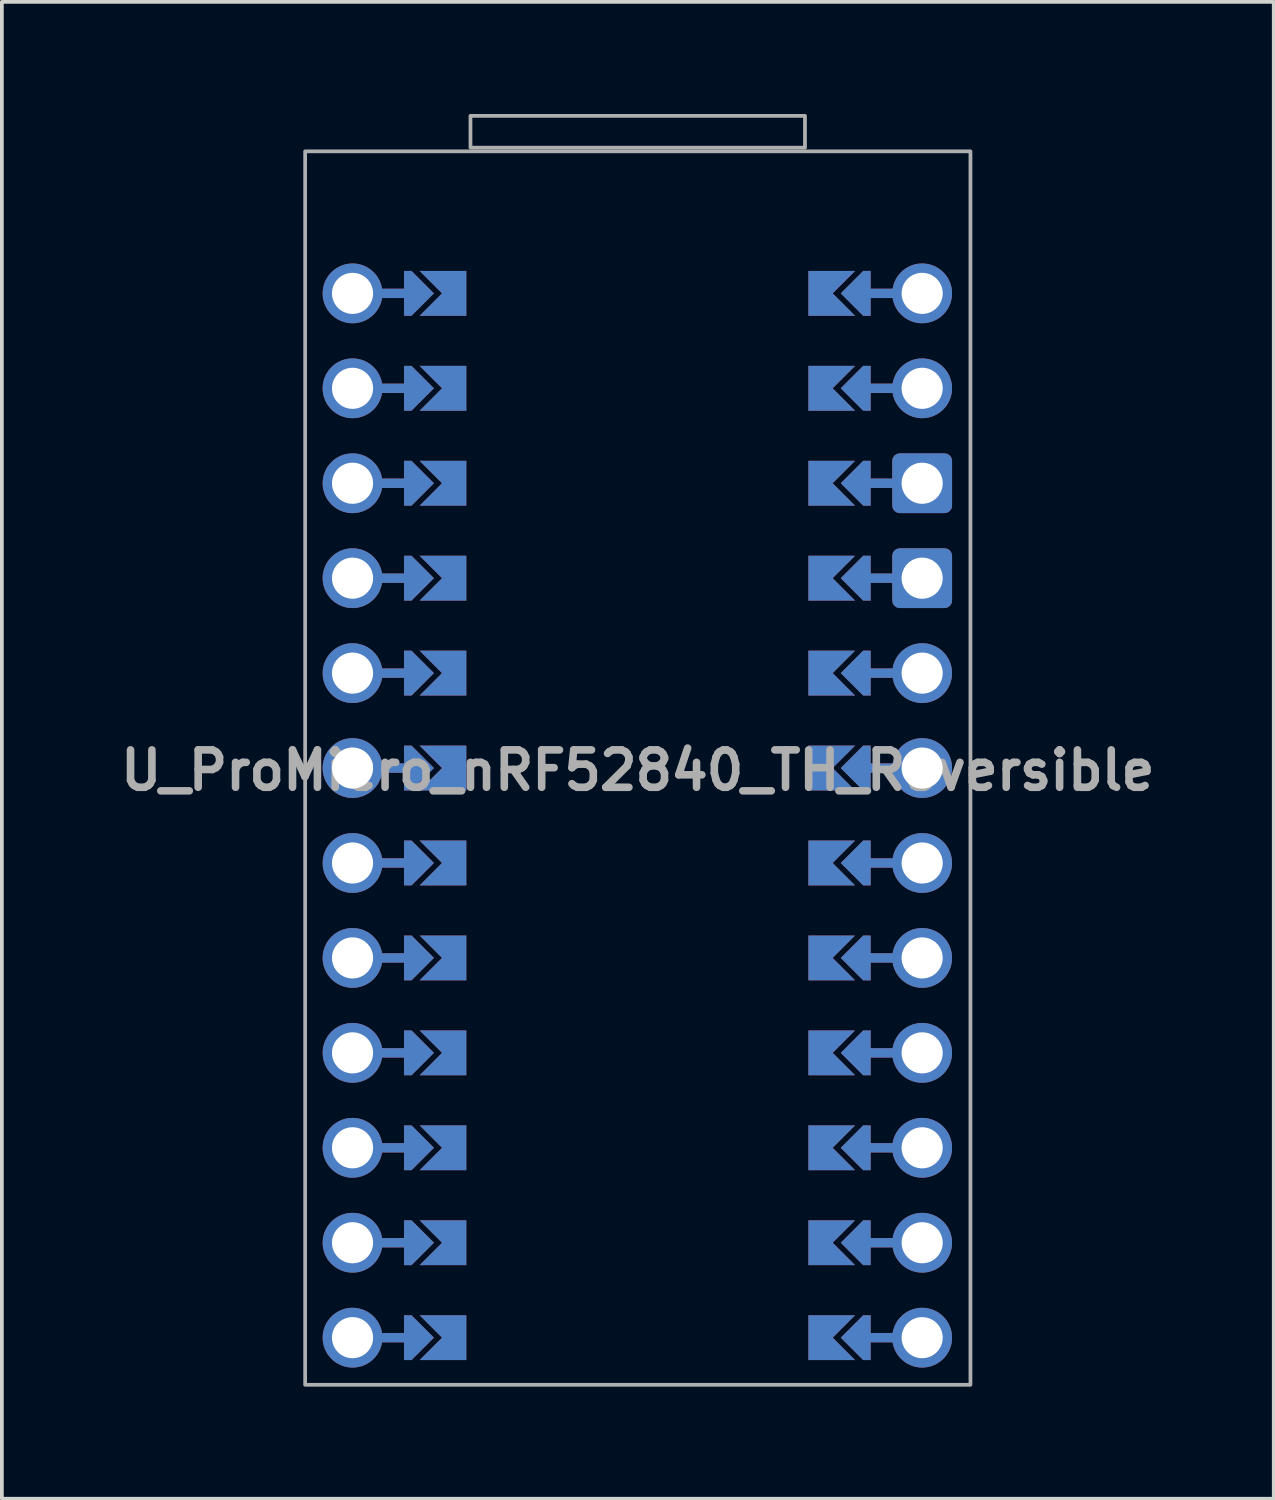
<source format=kicad_pcb>
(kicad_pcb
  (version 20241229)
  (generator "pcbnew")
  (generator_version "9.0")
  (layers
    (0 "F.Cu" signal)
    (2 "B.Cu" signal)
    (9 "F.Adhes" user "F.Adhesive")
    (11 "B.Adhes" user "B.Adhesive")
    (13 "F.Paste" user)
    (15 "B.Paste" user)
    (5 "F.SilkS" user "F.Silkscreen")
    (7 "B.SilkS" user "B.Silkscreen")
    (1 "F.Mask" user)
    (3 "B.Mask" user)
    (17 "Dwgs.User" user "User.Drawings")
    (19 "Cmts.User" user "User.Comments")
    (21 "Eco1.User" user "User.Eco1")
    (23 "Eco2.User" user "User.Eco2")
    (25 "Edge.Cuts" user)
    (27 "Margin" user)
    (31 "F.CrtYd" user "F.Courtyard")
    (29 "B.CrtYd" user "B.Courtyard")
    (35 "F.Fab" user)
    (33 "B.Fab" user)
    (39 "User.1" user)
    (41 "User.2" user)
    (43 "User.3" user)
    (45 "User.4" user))
  (footprint "U_ProMicro_nRF52840_TH_Reversible"
    (layer "F.Cu")
    (at 14.014 17.281)
    (property "Reference" "U_ProMicro_nRF52840_TH_Reversible" (at 0 0.28 0) (layer "F.Fab") (effects (font (size 1 1) (thickness 0.203))))
    (attr through_hole)
    (fp_poly (pts (xy -5.092 -11.974) (xy -5.092 -12.99) (xy -6.108 -12.99) (xy -6.108 -11.974)) (stroke (width 0.1) (type solid)) (fill yes) (layer "F.Mask"))
    (fp_poly (pts (xy -5.092 -9.434) (xy -5.092 -10.45) (xy -6.108 -10.45) (xy -6.108 -9.434)) (stroke (width 0.1) (type solid)) (fill yes) (layer "F.Mask"))
    (fp_poly (pts (xy -5.092 -6.894) (xy -5.092 -7.91) (xy -6.108 -7.91) (xy -6.108 -6.894)) (stroke (width 0.1) (type solid)) (fill yes) (layer "F.Mask"))
    (fp_poly (pts (xy -5.092 -4.354) (xy -5.092 -5.37) (xy -6.108 -5.37) (xy -6.108 -4.354)) (stroke (width 0.1) (type solid)) (fill yes) (layer "F.Mask"))
    (fp_poly (pts (xy -5.092 -1.814) (xy -5.092 -2.83) (xy -6.108 -2.83) (xy -6.108 -1.814)) (stroke (width 0.1) (type solid)) (fill yes) (layer "F.Mask"))
    (fp_poly (pts (xy -5.092 0.726) (xy -5.092 -0.29) (xy -6.108 -0.29) (xy -6.108 0.726)) (stroke (width 0.1) (type solid)) (fill yes) (layer "F.Mask"))
    (fp_poly (pts (xy -5.092 3.266) (xy -5.092 2.25) (xy -6.108 2.25) (xy -6.108 3.266)) (stroke (width 0.1) (type solid)) (fill yes) (layer "F.Mask"))
    (fp_poly (pts (xy -5.092 5.806) (xy -5.092 4.79) (xy -6.108 4.79) (xy -6.108 5.806)) (stroke (width 0.1) (type solid)) (fill yes) (layer "F.Mask"))
    (fp_poly (pts (xy -5.092 8.346) (xy -5.092 7.33) (xy -6.108 7.33) (xy -6.108 8.346)) (stroke (width 0.1) (type solid)) (fill yes) (layer "F.Mask"))
    (fp_poly (pts (xy -5.092 10.886) (xy -5.092 9.87) (xy -6.108 9.87) (xy -6.108 10.886)) (stroke (width 0.1) (type solid)) (fill yes) (layer "F.Mask"))
    (fp_poly (pts (xy -5.092 13.426) (xy -5.092 12.41) (xy -6.108 12.41) (xy -6.108 13.426)) (stroke (width 0.1) (type solid)) (fill yes) (layer "F.Mask"))
    (fp_poly (pts (xy -5.092 15.966) (xy -5.092 14.95) (xy -6.108 14.95) (xy -6.108 15.966)) (stroke (width 0.1) (type solid)) (fill yes) (layer "F.Mask"))
    (fp_poly (pts (xy 5.068 -12.99) (xy 5.068 -11.974) (xy 6.084 -11.974) (xy 6.084 -12.99)) (stroke (width 0.1) (type solid)) (fill yes) (layer "F.Mask"))
    (fp_poly (pts (xy 5.068 -10.45) (xy 5.068 -9.434) (xy 6.084 -9.434) (xy 6.084 -10.45)) (stroke (width 0.1) (type solid)) (fill yes) (layer "F.Mask"))
    (fp_poly (pts (xy 5.068 -7.91) (xy 5.068 -6.894) (xy 6.084 -6.894) (xy 6.084 -7.91)) (stroke (width 0.1) (type solid)) (fill yes) (layer "F.Mask"))
    (fp_poly (pts (xy 5.068 -5.37) (xy 5.068 -4.354) (xy 6.084 -4.354) (xy 6.084 -5.37)) (stroke (width 0.1) (type solid)) (fill yes) (layer "F.Mask"))
    (fp_poly (pts (xy 5.068 -2.83) (xy 5.068 -1.814) (xy 6.084 -1.814) (xy 6.084 -2.83)) (stroke (width 0.1) (type solid)) (fill yes) (layer "F.Mask"))
    (fp_poly (pts (xy 5.068 -0.29) (xy 5.068 0.726) (xy 6.084 0.726) (xy 6.084 -0.29)) (stroke (width 0.1) (type solid)) (fill yes) (layer "F.Mask"))
    (fp_poly (pts (xy 5.068 2.25) (xy 5.068 3.266) (xy 6.084 3.266) (xy 6.084 2.25)) (stroke (width 0.1) (type solid)) (fill yes) (layer "F.Mask"))
    (fp_poly (pts (xy 5.068 4.79) (xy 5.068 5.806) (xy 6.084 5.806) (xy 6.084 4.79)) (stroke (width 0.1) (type solid)) (fill yes) (layer "F.Mask"))
    (fp_poly (pts (xy 5.068 7.33) (xy 5.068 8.346) (xy 6.084 8.346) (xy 6.084 7.33)) (stroke (width 0.1) (type solid)) (fill yes) (layer "F.Mask"))
    (fp_poly (pts (xy 5.068 9.87) (xy 5.068 10.886) (xy 6.084 10.886) (xy 6.084 9.87)) (stroke (width 0.1) (type solid)) (fill yes) (layer "F.Mask"))
    (fp_poly (pts (xy 5.068 12.41) (xy 5.068 13.426) (xy 6.084 13.426) (xy 6.084 12.41)) (stroke (width 0.1) (type solid)) (fill yes) (layer "F.Mask"))
    (fp_poly (pts (xy 5.068 14.95) (xy 5.068 15.966) (xy 6.084 15.966) (xy 6.084 14.95)) (stroke (width 0.1) (type solid)) (fill yes) (layer "F.Mask"))
    (fp_poly (pts (xy -5.092 -11.974) (xy -5.092 -12.99) (xy -6.108 -12.99) (xy -6.108 -11.974)) (stroke (width 0.1) (type solid)) (fill yes) (layer "B.Mask"))
    (fp_poly (pts (xy -5.092 -9.434) (xy -5.092 -10.45) (xy -6.108 -10.45) (xy -6.108 -9.434)) (stroke (width 0.1) (type solid)) (fill yes) (layer "B.Mask"))
    (fp_poly (pts (xy -5.092 -6.894) (xy -5.092 -7.91) (xy -6.108 -7.91) (xy -6.108 -6.894)) (stroke (width 0.1) (type solid)) (fill yes) (layer "B.Mask"))
    (fp_poly (pts (xy -5.092 -4.354) (xy -5.092 -5.37) (xy -6.108 -5.37) (xy -6.108 -4.354)) (stroke (width 0.1) (type solid)) (fill yes) (layer "B.Mask"))
    (fp_poly (pts (xy -5.092 -1.814) (xy -5.092 -2.83) (xy -6.108 -2.83) (xy -6.108 -1.814)) (stroke (width 0.1) (type solid)) (fill yes) (layer "B.Mask"))
    (fp_poly (pts (xy -5.092 0.726) (xy -5.092 -0.29) (xy -6.108 -0.29) (xy -6.108 0.726)) (stroke (width 0.1) (type solid)) (fill yes) (layer "B.Mask"))
    (fp_poly (pts (xy -5.092 3.266) (xy -5.092 2.25) (xy -6.108 2.25) (xy -6.108 3.266)) (stroke (width 0.1) (type solid)) (fill yes) (layer "B.Mask"))
    (fp_poly (pts (xy -5.092 5.806) (xy -5.092 4.79) (xy -6.108 4.79) (xy -6.108 5.806)) (stroke (width 0.1) (type solid)) (fill yes) (layer "B.Mask"))
    (fp_poly (pts (xy -5.092 8.346) (xy -5.092 7.33) (xy -6.108 7.33) (xy -6.108 8.346)) (stroke (width 0.1) (type solid)) (fill yes) (layer "B.Mask"))
    (fp_poly (pts (xy -5.092 10.886) (xy -5.092 9.87) (xy -6.108 9.87) (xy -6.108 10.886)) (stroke (width 0.1) (type solid)) (fill yes) (layer "B.Mask"))
    (fp_poly (pts (xy -5.092 13.426) (xy -5.092 12.41) (xy -6.108 12.41) (xy -6.108 13.426)) (stroke (width 0.1) (type solid)) (fill yes) (layer "B.Mask"))
    (fp_poly (pts (xy -5.092 15.966) (xy -5.092 14.95) (xy -6.108 14.95) (xy -6.108 15.966)) (stroke (width 0.1) (type solid)) (fill yes) (layer "B.Mask"))
    (fp_poly (pts (xy 5.068 -12.99) (xy 5.068 -11.974) (xy 6.084 -11.974) (xy 6.084 -12.99)) (stroke (width 0.1) (type solid)) (fill yes) (layer "B.Mask"))
    (fp_poly (pts (xy 5.068 -10.45) (xy 5.068 -9.434) (xy 6.084 -9.434) (xy 6.084 -10.45)) (stroke (width 0.1) (type solid)) (fill yes) (layer "B.Mask"))
    (fp_poly (pts (xy 5.068 -7.91) (xy 5.068 -6.894) (xy 6.084 -6.894) (xy 6.084 -7.91)) (stroke (width 0.1) (type solid)) (fill yes) (layer "B.Mask"))
    (fp_poly (pts (xy 5.068 -5.37) (xy 5.068 -4.354) (xy 6.084 -4.354) (xy 6.084 -5.37)) (stroke (width 0.1) (type solid)) (fill yes) (layer "B.Mask"))
    (fp_poly (pts (xy 5.068 -2.83) (xy 5.068 -1.814) (xy 6.084 -1.814) (xy 6.084 -2.83)) (stroke (width 0.1) (type solid)) (fill yes) (layer "B.Mask"))
    (fp_poly (pts (xy 5.068 -0.29) (xy 5.068 0.726) (xy 6.084 0.726) (xy 6.084 -0.29)) (stroke (width 0.1) (type solid)) (fill yes) (layer "B.Mask"))
    (fp_poly (pts (xy 5.068 2.25) (xy 5.068 3.266) (xy 6.084 3.266) (xy 6.084 2.25)) (stroke (width 0.1) (type solid)) (fill yes) (layer "B.Mask"))
    (fp_poly (pts (xy 5.068 4.79) (xy 5.068 5.806) (xy 6.084 5.806) (xy 6.084 4.79)) (stroke (width 0.1) (type solid)) (fill yes) (layer "B.Mask"))
    (fp_poly (pts (xy 5.068 7.33) (xy 5.068 8.346) (xy 6.084 8.346) (xy 6.084 7.33)) (stroke (width 0.1) (type solid)) (fill yes) (layer "B.Mask"))
    (fp_poly (pts (xy 5.068 9.87) (xy 5.068 10.886) (xy 6.084 10.886) (xy 6.084 9.87)) (stroke (width 0.1) (type solid)) (fill yes) (layer "B.Mask"))
    (fp_poly (pts (xy 5.068 12.41) (xy 5.068 13.426) (xy 6.084 13.426) (xy 6.084 12.41)) (stroke (width 0.1) (type solid)) (fill yes) (layer "B.Mask"))
    (fp_poly (pts (xy 5.068 14.95) (xy 5.068 15.966) (xy 6.084 15.966) (xy 6.084 14.95)) (stroke (width 0.1) (type solid)) (fill yes) (layer "B.Mask"))
    (fp_rect (start -4.477 -16.381) (end 4.473 -17.231) (stroke (width 0.1) (type solid)) (fill no) (layer "F.Fab"))
    (fp_rect (start 8.9 -16.282) (end -8.9 16.718) (stroke (width 0.1) (type solid)) (fill no) (layer "F.Fab"))
    (pad "" thru_hole circle (at -7.632 -12.482 90) (size 1.6 1.6) (drill 1.1) (layers "*.Cu" "*.Mask"))
    (pad "" thru_hole circle (at -7.632 -9.942 90) (size 1.6 1.6) (drill 1.1) (layers "*.Cu" "*.Mask"))
    (pad "" thru_hole circle (at -7.632 -7.402 90) (size 1.6 1.6) (drill 1.1) (layers "*.Cu" "*.Mask"))
    (pad "" thru_hole circle (at -7.632 -4.862 90) (size 1.6 1.6) (drill 1.1) (layers "*.Cu" "*.Mask"))
    (pad "" thru_hole circle (at -7.632 -2.322 90) (size 1.6 1.6) (drill 1.1) (layers "*.Cu" "*.Mask"))
    (pad "" thru_hole circle (at -7.632 0.218 90) (size 1.6 1.6) (drill 1.1) (layers "*.Cu" "*.Mask"))
    (pad "" thru_hole circle (at -7.632 2.758 90) (size 1.6 1.6) (drill 1.1) (layers "*.Cu" "*.Mask"))
    (pad "" thru_hole circle (at -7.632 5.298 90) (size 1.6 1.6) (drill 1.1) (layers "*.Cu" "*.Mask"))
    (pad "" thru_hole circle (at -7.632 7.838 90) (size 1.6 1.6) (drill 1.1) (layers "*.Cu" "*.Mask"))
    (pad "" thru_hole circle (at -7.632 10.378 90) (size 1.6 1.6) (drill 1.1) (layers "*.Cu" "*.Mask"))
    (pad "" thru_hole circle (at -7.632 12.918 90) (size 1.6 1.6) (drill 1.1) (layers "*.Cu" "*.Mask"))
    (pad "" thru_hole circle (at -7.632 15.458 90) (size 1.6 1.6) (drill 1.1) (layers "*.Cu" "*.Mask"))
    (pad "" smd custom (at -6.362 -12.482 90) (size 0.25 1) (layers "F.Cu") (options (anchor rect)) (primitives))
    (pad "" smd custom (at -6.362 -12.482 90) (size 0.25 1) (layers "B.Cu") (options (anchor rect)) (primitives))
    (pad "" smd custom (at -6.362 -9.942 90) (size 0.25 1) (layers "F.Cu") (options (anchor rect)) (primitives))
    (pad "" smd custom (at -6.362 -9.942 90) (size 0.25 1) (layers "B.Cu") (options (anchor rect)) (primitives))
    (pad "" smd custom (at -6.362 -7.402 90) (size 0.25 1) (layers "F.Cu") (options (anchor rect)) (primitives))
    (pad "" smd custom (at -6.362 -7.402 90) (size 0.25 1) (layers "B.Cu") (options (anchor rect)) (primitives))
    (pad "" smd custom (at -6.362 -4.862 90) (size 0.25 1) (layers "F.Cu") (options (anchor rect)) (primitives))
    (pad "" smd custom (at -6.362 -4.862 90) (size 0.25 1) (layers "B.Cu") (options (anchor rect)) (primitives))
    (pad "" smd custom (at -6.362 -2.322 90) (size 0.25 1) (layers "F.Cu") (options (anchor rect)) (primitives))
    (pad "" smd custom (at -6.362 -2.322 90) (size 0.25 1) (layers "B.Cu") (options (anchor rect)) (primitives))
    (pad "" smd custom (at -6.362 0.218 90) (size 0.25 1) (layers "F.Cu") (options (anchor rect)) (primitives))
    (pad "" smd custom (at -6.362 0.218 90) (size 0.25 1) (layers "B.Cu") (options (anchor rect)) (primitives))
    (pad "" smd custom (at -6.362 2.758 90) (size 0.25 1) (layers "F.Cu") (options (anchor rect)) (primitives))
    (pad "" smd custom (at -6.362 2.758 90) (size 0.25 1) (layers "B.Cu") (options (anchor rect)) (primitives))
    (pad "" smd custom (at -6.362 5.298 90) (size 0.25 1) (layers "F.Cu") (options (anchor rect)) (primitives))
    (pad "" smd custom (at -6.362 5.298 90) (size 0.25 1) (layers "B.Cu") (options (anchor rect)) (primitives))
    (pad "" smd custom (at -6.362 7.838 90) (size 0.25 1) (layers "F.Cu") (options (anchor rect)) (primitives))
    (pad "" smd custom (at -6.362 7.838 90) (size 0.25 1) (layers "B.Cu") (options (anchor rect)) (primitives))
    (pad "" smd custom (at -6.362 10.378 90) (size 0.25 1) (layers "F.Cu") (options (anchor rect)) (primitives))
    (pad "" smd custom (at -6.362 10.378 90) (size 0.25 1) (layers "B.Cu") (options (anchor rect)) (primitives))
    (pad "" smd custom (at -6.362 12.918 90) (size 0.25 1) (layers "F.Cu") (options (anchor rect)) (primitives))
    (pad "" smd custom (at -6.362 12.918 90) (size 0.25 1) (layers "B.Cu") (options (anchor rect)) (primitives))
    (pad "" smd custom (at -6.362 15.458 90) (size 0.25 1) (layers "F.Cu") (options (anchor rect)) (primitives))
    (pad "" smd custom (at -6.362 15.458 90) (size 0.25 1) (layers "B.Cu") (options (anchor rect)) (primitives))
    (pad "" smd custom (at -5.854 -12.482 90) (size 0.1 0.1) (layers "F.Cu" "F.Mask") (options (anchor rect)) (primitives (gr_poly (pts (xy 0.6 -0.2) (xy 0 0.4) (xy -0.6 -0.2) (xy -0.6 -0.4) (xy 0.6 -0.4)) (width 0) (fill yes))))
    (pad "" smd custom (at -5.854 -12.482 90) (size 0.1 0.1) (layers "B.Cu" "B.Mask") (options (anchor rect)) (primitives (gr_poly (pts (xy 0.6 -0.2) (xy 0 0.4) (xy -0.6 -0.2) (xy -0.6 -0.4) (xy 0.6 -0.4)) (width 0) (fill yes))))
    (pad "" smd custom (at -5.854 -9.942 90) (size 0.1 0.1) (layers "F.Cu" "F.Mask") (options (anchor rect)) (primitives (gr_poly (pts (xy 0.6 -0.2) (xy 0 0.4) (xy -0.6 -0.2) (xy -0.6 -0.4) (xy 0.6 -0.4)) (width 0) (fill yes))))
    (pad "" smd custom (at -5.854 -9.942 90) (size 0.1 0.1) (layers "B.Cu" "B.Mask") (options (anchor rect)) (primitives (gr_poly (pts (xy 0.6 -0.2) (xy 0 0.4) (xy -0.6 -0.2) (xy -0.6 -0.4) (xy 0.6 -0.4)) (width 0) (fill yes))))
    (pad "" smd custom (at -5.854 -7.402 90) (size 0.1 0.1) (layers "F.Cu" "F.Mask") (options (anchor rect)) (primitives (gr_poly (pts (xy 0.6 -0.2) (xy 0 0.4) (xy -0.6 -0.2) (xy -0.6 -0.4) (xy 0.6 -0.4)) (width 0) (fill yes))))
    (pad "" smd custom (at -5.854 -7.402 90) (size 0.1 0.1) (layers "B.Cu" "B.Mask") (options (anchor rect)) (primitives (gr_poly (pts (xy 0.6 -0.2) (xy 0 0.4) (xy -0.6 -0.2) (xy -0.6 -0.4) (xy 0.6 -0.4)) (width 0) (fill yes))))
    (pad "" smd custom (at -5.854 -4.862 90) (size 0.1 0.1) (layers "F.Cu" "F.Mask") (options (anchor rect)) (primitives (gr_poly (pts (xy 0.6 -0.2) (xy 0 0.4) (xy -0.6 -0.2) (xy -0.6 -0.4) (xy 0.6 -0.4)) (width 0) (fill yes))))
    (pad "" smd custom (at -5.854 -4.862 90) (size 0.1 0.1) (layers "B.Cu" "B.Mask") (options (anchor rect)) (primitives (gr_poly (pts (xy 0.6 -0.2) (xy 0 0.4) (xy -0.6 -0.2) (xy -0.6 -0.4) (xy 0.6 -0.4)) (width 0) (fill yes))))
    (pad "" smd custom (at -5.854 -2.322 90) (size 0.1 0.1) (layers "F.Cu" "F.Mask") (options (anchor rect)) (primitives (gr_poly (pts (xy 0.6 -0.2) (xy 0 0.4) (xy -0.6 -0.2) (xy -0.6 -0.4) (xy 0.6 -0.4)) (width 0) (fill yes))))
    (pad "" smd custom (at -5.854 -2.322 90) (size 0.1 0.1) (layers "B.Cu" "B.Mask") (options (anchor rect)) (primitives (gr_poly (pts (xy 0.6 -0.2) (xy 0 0.4) (xy -0.6 -0.2) (xy -0.6 -0.4) (xy 0.6 -0.4)) (width 0) (fill yes))))
    (pad "" smd custom (at -5.854 0.218 90) (size 0.1 0.1) (layers "F.Cu" "F.Mask") (options (anchor rect)) (primitives (gr_poly (pts (xy 0.6 -0.2) (xy 0 0.4) (xy -0.6 -0.2) (xy -0.6 -0.4) (xy 0.6 -0.4)) (width 0) (fill yes))))
    (pad "" smd custom (at -5.854 0.218 90) (size 0.1 0.1) (layers "B.Cu" "B.Mask") (options (anchor rect)) (primitives (gr_poly (pts (xy 0.6 -0.2) (xy 0 0.4) (xy -0.6 -0.2) (xy -0.6 -0.4) (xy 0.6 -0.4)) (width 0) (fill yes))))
    (pad "" smd custom (at -5.854 2.758 90) (size 0.1 0.1) (layers "F.Cu" "F.Mask") (options (anchor rect)) (primitives (gr_poly (pts (xy 0.6 -0.2) (xy 0 0.4) (xy -0.6 -0.2) (xy -0.6 -0.4) (xy 0.6 -0.4)) (width 0) (fill yes))))
    (pad "" smd custom (at -5.854 2.758 90) (size 0.1 0.1) (layers "B.Cu" "B.Mask") (options (anchor rect)) (primitives (gr_poly (pts (xy 0.6 -0.2) (xy 0 0.4) (xy -0.6 -0.2) (xy -0.6 -0.4) (xy 0.6 -0.4)) (width 0) (fill yes))))
    (pad "" smd custom (at -5.854 5.298 90) (size 0.1 0.1) (layers "F.Cu" "F.Mask") (options (anchor rect)) (primitives (gr_poly (pts (xy 0.6 -0.2) (xy 0 0.4) (xy -0.6 -0.2) (xy -0.6 -0.4) (xy 0.6 -0.4)) (width 0) (fill yes))))
    (pad "" smd custom (at -5.854 5.298 90) (size 0.1 0.1) (layers "B.Cu" "B.Mask") (options (anchor rect)) (primitives (gr_poly (pts (xy 0.6 -0.2) (xy 0 0.4) (xy -0.6 -0.2) (xy -0.6 -0.4) (xy 0.6 -0.4)) (width 0) (fill yes))))
    (pad "" smd custom (at -5.854 7.838 90) (size 0.1 0.1) (layers "F.Cu" "F.Mask") (options (anchor rect)) (primitives (gr_poly (pts (xy 0.6 -0.2) (xy 0 0.4) (xy -0.6 -0.2) (xy -0.6 -0.4) (xy 0.6 -0.4)) (width 0) (fill yes))))
    (pad "" smd custom (at -5.854 7.838 90) (size 0.1 0.1) (layers "B.Cu" "B.Mask") (options (anchor rect)) (primitives (gr_poly (pts (xy 0.6 -0.2) (xy 0 0.4) (xy -0.6 -0.2) (xy -0.6 -0.4) (xy 0.6 -0.4)) (width 0) (fill yes))))
    (pad "" smd custom (at -5.854 10.378 90) (size 0.1 0.1) (layers "F.Cu" "F.Mask") (options (anchor rect)) (primitives (gr_poly (pts (xy 0.6 -0.2) (xy 0 0.4) (xy -0.6 -0.2) (xy -0.6 -0.4) (xy 0.6 -0.4)) (width 0) (fill yes))))
    (pad "" smd custom (at -5.854 10.378 90) (size 0.1 0.1) (layers "B.Cu" "B.Mask") (options (anchor rect)) (primitives (gr_poly (pts (xy 0.6 -0.2) (xy 0 0.4) (xy -0.6 -0.2) (xy -0.6 -0.4) (xy 0.6 -0.4)) (width 0) (fill yes))))
    (pad "" smd custom (at -5.854 12.918 90) (size 0.1 0.1) (layers "F.Cu" "F.Mask") (options (anchor rect)) (primitives (gr_poly (pts (xy 0.6 -0.2) (xy 0 0.4) (xy -0.6 -0.2) (xy -0.6 -0.4) (xy 0.6 -0.4)) (width 0) (fill yes))))
    (pad "" smd custom (at -5.854 12.918 90) (size 0.1 0.1) (layers "B.Cu" "B.Mask") (options (anchor rect)) (primitives (gr_poly (pts (xy 0.6 -0.2) (xy 0 0.4) (xy -0.6 -0.2) (xy -0.6 -0.4) (xy 0.6 -0.4)) (width 0) (fill yes))))
    (pad "" smd custom (at -5.854 15.458 90) (size 0.1 0.1) (layers "F.Cu" "F.Mask") (options (anchor rect)) (primitives (gr_poly (pts (xy 0.6 -0.2) (xy 0 0.4) (xy -0.6 -0.2) (xy -0.6 -0.4) (xy 0.6 -0.4)) (width 0) (fill yes))))
    (pad "" smd custom (at -5.854 15.458 90) (size 0.1 0.1) (layers "B.Cu" "B.Mask") (options (anchor rect)) (primitives (gr_poly (pts (xy 0.6 -0.2) (xy 0 0.4) (xy -0.6 -0.2) (xy -0.6 -0.4) (xy 0.6 -0.4)) (width 0) (fill yes))))
    (pad "" smd custom (at 5.83 -12.482 270) (size 0.1 0.1) (layers "F.Cu" "F.Mask") (options (anchor rect)) (primitives (gr_poly (pts (xy 0.6 -0.2) (xy 0 0.4) (xy -0.6 -0.2) (xy -0.6 -0.4) (xy 0.6 -0.4)) (width 0) (fill yes))))
    (pad "" smd custom (at 5.83 -12.482 270) (size 0.1 0.1) (layers "B.Cu" "B.Mask") (options (anchor rect)) (primitives (gr_poly (pts (xy 0.6 -0.2) (xy 0 0.4) (xy -0.6 -0.2) (xy -0.6 -0.4) (xy 0.6 -0.4)) (width 0) (fill yes))))
    (pad "" smd custom (at 5.83 -9.942 270) (size 0.1 0.1) (layers "F.Cu" "F.Mask") (options (anchor rect)) (primitives (gr_poly (pts (xy 0.6 -0.2) (xy 0 0.4) (xy -0.6 -0.2) (xy -0.6 -0.4) (xy 0.6 -0.4)) (width 0) (fill yes))))
    (pad "" smd custom (at 5.83 -9.942 270) (size 0.1 0.1) (layers "B.Cu" "B.Mask") (options (anchor rect)) (primitives (gr_poly (pts (xy 0.6 -0.2) (xy 0 0.4) (xy -0.6 -0.2) (xy -0.6 -0.4) (xy 0.6 -0.4)) (width 0) (fill yes))))
    (pad "" smd custom (at 5.83 -7.402 270) (size 0.1 0.1) (layers "F.Cu" "F.Mask") (options (anchor rect)) (primitives (gr_poly (pts (xy 0.6 -0.2) (xy 0 0.4) (xy -0.6 -0.2) (xy -0.6 -0.4) (xy 0.6 -0.4)) (width 0) (fill yes))))
    (pad "" smd custom (at 5.83 -7.402 270) (size 0.1 0.1) (layers "B.Cu" "B.Mask") (options (anchor rect)) (primitives (gr_poly (pts (xy 0.6 -0.2) (xy 0 0.4) (xy -0.6 -0.2) (xy -0.6 -0.4) (xy 0.6 -0.4)) (width 0) (fill yes))))
    (pad "" smd custom (at 5.83 -4.862 270) (size 0.1 0.1) (layers "F.Cu" "F.Mask") (options (anchor rect)) (primitives (gr_poly (pts (xy 0.6 -0.2) (xy 0 0.4) (xy -0.6 -0.2) (xy -0.6 -0.4) (xy 0.6 -0.4)) (width 0) (fill yes))))
    (pad "" smd custom (at 5.83 -4.862 270) (size 0.1 0.1) (layers "B.Cu" "B.Mask") (options (anchor rect)) (primitives (gr_poly (pts (xy 0.6 -0.2) (xy 0 0.4) (xy -0.6 -0.2) (xy -0.6 -0.4) (xy 0.6 -0.4)) (width 0) (fill yes))))
    (pad "" smd custom (at 5.83 -2.322 270) (size 0.1 0.1) (layers "F.Cu" "F.Mask") (options (anchor rect)) (primitives (gr_poly (pts (xy 0.6 -0.2) (xy 0 0.4) (xy -0.6 -0.2) (xy -0.6 -0.4) (xy 0.6 -0.4)) (width 0) (fill yes))))
    (pad "" smd custom (at 5.83 -2.322 270) (size 0.1 0.1) (layers "B.Cu" "B.Mask") (options (anchor rect)) (primitives (gr_poly (pts (xy 0.6 -0.2) (xy 0 0.4) (xy -0.6 -0.2) (xy -0.6 -0.4) (xy 0.6 -0.4)) (width 0) (fill yes))))
    (pad "" smd custom (at 5.83 0.218 270) (size 0.1 0.1) (layers "F.Cu" "F.Mask") (options (anchor rect)) (primitives (gr_poly (pts (xy 0.6 -0.2) (xy 0 0.4) (xy -0.6 -0.2) (xy -0.6 -0.4) (xy 0.6 -0.4)) (width 0) (fill yes))))
    (pad "" smd custom (at 5.83 0.218 270) (size 0.1 0.1) (layers "B.Cu" "B.Mask") (options (anchor rect)) (primitives (gr_poly (pts (xy 0.6 -0.2) (xy 0 0.4) (xy -0.6 -0.2) (xy -0.6 -0.4) (xy 0.6 -0.4)) (width 0) (fill yes))))
    (pad "" smd custom (at 5.83 2.758 270) (size 0.1 0.1) (layers "F.Cu" "F.Mask") (options (anchor rect)) (primitives (gr_poly (pts (xy 0.6 -0.2) (xy 0 0.4) (xy -0.6 -0.2) (xy -0.6 -0.4) (xy 0.6 -0.4)) (width 0) (fill yes))))
    (pad "" smd custom (at 5.83 2.758 270) (size 0.1 0.1) (layers "B.Cu" "B.Mask") (options (anchor rect)) (primitives (gr_poly (pts (xy 0.6 -0.2) (xy 0 0.4) (xy -0.6 -0.2) (xy -0.6 -0.4) (xy 0.6 -0.4)) (width 0) (fill yes))))
    (pad "" smd custom (at 5.83 5.298 270) (size 0.1 0.1) (layers "F.Cu" "F.Mask") (options (anchor rect)) (primitives (gr_poly (pts (xy 0.6 -0.2) (xy 0 0.4) (xy -0.6 -0.2) (xy -0.6 -0.4) (xy 0.6 -0.4)) (width 0) (fill yes))))
    (pad "" smd custom (at 5.83 5.298 270) (size 0.1 0.1) (layers "B.Cu" "B.Mask") (options (anchor rect)) (primitives (gr_poly (pts (xy 0.6 -0.2) (xy 0 0.4) (xy -0.6 -0.2) (xy -0.6 -0.4) (xy 0.6 -0.4)) (width 0) (fill yes))))
    (pad "" smd custom (at 5.83 7.838 270) (size 0.1 0.1) (layers "F.Cu" "F.Mask") (options (anchor rect)) (primitives (gr_poly (pts (xy 0.6 -0.2) (xy 0 0.4) (xy -0.6 -0.2) (xy -0.6 -0.4) (xy 0.6 -0.4)) (width 0) (fill yes))))
    (pad "" smd custom (at 5.83 7.838 270) (size 0.1 0.1) (layers "B.Cu" "B.Mask") (options (anchor rect)) (primitives (gr_poly (pts (xy 0.6 -0.2) (xy 0 0.4) (xy -0.6 -0.2) (xy -0.6 -0.4) (xy 0.6 -0.4)) (width 0) (fill yes))))
    (pad "" smd custom (at 5.83 10.378 270) (size 0.1 0.1) (layers "F.Cu" "F.Mask") (options (anchor rect)) (primitives (gr_poly (pts (xy 0.6 -0.2) (xy 0 0.4) (xy -0.6 -0.2) (xy -0.6 -0.4) (xy 0.6 -0.4)) (width 0) (fill yes))))
    (pad "" smd custom (at 5.83 10.378 270) (size 0.1 0.1) (layers "B.Cu" "B.Mask") (options (anchor rect)) (primitives (gr_poly (pts (xy 0.6 -0.2) (xy 0 0.4) (xy -0.6 -0.2) (xy -0.6 -0.4) (xy 0.6 -0.4)) (width 0) (fill yes))))
    (pad "" smd custom (at 5.83 12.918 270) (size 0.1 0.1) (layers "F.Cu" "F.Mask") (options (anchor rect)) (primitives (gr_poly (pts (xy 0.6 -0.2) (xy 0 0.4) (xy -0.6 -0.2) (xy -0.6 -0.4) (xy 0.6 -0.4)) (width 0) (fill yes))))
    (pad "" smd custom (at 5.83 12.918 270) (size 0.1 0.1) (layers "B.Cu" "B.Mask") (options (anchor rect)) (primitives (gr_poly (pts (xy 0.6 -0.2) (xy 0 0.4) (xy -0.6 -0.2) (xy -0.6 -0.4) (xy 0.6 -0.4)) (width 0) (fill yes))))
    (pad "" smd custom (at 5.83 15.458 270) (size 0.1 0.1) (layers "F.Cu" "F.Mask") (options (anchor rect)) (primitives (gr_poly (pts (xy 0.6 -0.2) (xy 0 0.4) (xy -0.6 -0.2) (xy -0.6 -0.4) (xy 0.6 -0.4)) (width 0) (fill yes))))
    (pad "" smd custom (at 5.83 15.458 270) (size 0.1 0.1) (layers "B.Cu" "B.Mask") (options (anchor rect)) (primitives (gr_poly (pts (xy 0.6 -0.2) (xy 0 0.4) (xy -0.6 -0.2) (xy -0.6 -0.4) (xy 0.6 -0.4)) (width 0) (fill yes))))
    (pad "" smd custom (at 6.338 -12.482 270) (size 0.25 1) (layers "F.Cu") (options (anchor rect)) (primitives))
    (pad "" smd custom (at 6.338 -12.482 270) (size 0.25 1) (layers "B.Cu") (options (anchor rect)) (primitives))
    (pad "" smd custom (at 6.338 -9.942 270) (size 0.25 1) (layers "F.Cu") (options (anchor rect)) (primitives))
    (pad "" smd custom (at 6.338 -9.942 270) (size 0.25 1) (layers "B.Cu") (options (anchor rect)) (primitives))
    (pad "" smd custom (at 6.338 -7.402 270) (size 0.25 1) (layers "F.Cu") (options (anchor rect)) (primitives))
    (pad "" smd custom (at 6.338 -7.402 270) (size 0.25 1) (layers "B.Cu") (options (anchor rect)) (primitives))
    (pad "" smd custom (at 6.338 -4.862 270) (size 0.25 1) (layers "F.Cu") (options (anchor rect)) (primitives))
    (pad "" smd custom (at 6.338 -4.862 270) (size 0.25 1) (layers "B.Cu") (options (anchor rect)) (primitives))
    (pad "" smd custom (at 6.338 -2.322 270) (size 0.25 1) (layers "F.Cu") (options (anchor rect)) (primitives))
    (pad "" smd custom (at 6.338 -2.322 270) (size 0.25 1) (layers "B.Cu") (options (anchor rect)) (primitives))
    (pad "" smd custom (at 6.338 0.218 270) (size 0.25 1) (layers "F.Cu") (options (anchor rect)) (primitives))
    (pad "" smd custom (at 6.338 0.218 270) (size 0.25 1) (layers "B.Cu") (options (anchor rect)) (primitives))
    (pad "" smd custom (at 6.338 2.758 270) (size 0.25 1) (layers "F.Cu") (options (anchor rect)) (primitives))
    (pad "" smd custom (at 6.338 2.758 270) (size 0.25 1) (layers "B.Cu") (options (anchor rect)) (primitives))
    (pad "" smd custom (at 6.338 5.298 270) (size 0.25 1) (layers "F.Cu") (options (anchor rect)) (primitives))
    (pad "" smd custom (at 6.338 5.298 270) (size 0.25 1) (layers "B.Cu") (options (anchor rect)) (primitives))
    (pad "" smd custom (at 6.338 7.838 270) (size 0.25 1) (layers "F.Cu") (options (anchor rect)) (primitives))
    (pad "" smd custom (at 6.338 7.838 270) (size 0.25 1) (layers "B.Cu") (options (anchor rect)) (primitives))
    (pad "" smd custom (at 6.338 10.378 270) (size 0.25 1) (layers "F.Cu") (options (anchor rect)) (primitives))
    (pad "" smd custom (at 6.338 10.378 270) (size 0.25 1) (layers "B.Cu") (options (anchor rect)) (primitives))
    (pad "" smd custom (at 6.338 12.918 270) (size 0.25 1) (layers "F.Cu") (options (anchor rect)) (primitives))
    (pad "" smd custom (at 6.338 12.918 270) (size 0.25 1) (layers "B.Cu") (options (anchor rect)) (primitives))
    (pad "" smd custom (at 6.338 15.458 270) (size 0.25 1) (layers "F.Cu") (options (anchor rect)) (primitives))
    (pad "" smd custom (at 6.338 15.458 270) (size 0.25 1) (layers "B.Cu") (options (anchor rect)) (primitives))
    (pad "" thru_hole circle (at 7.608 -12.482 90) (size 1.6 1.6) (drill 1.1) (layers "*.Cu" "*.Mask"))
    (pad "" thru_hole circle (at 7.608 -9.942 90) (size 1.6 1.6) (drill 1.1) (layers "*.Cu" "*.Mask"))
    (pad "" thru_hole roundrect (at 7.608 -7.402 90) (size 1.6 1.6) (drill 1.1) (layers "*.Cu" "*.Mask") (roundrect_rratio 0.125))
    (pad "" thru_hole roundrect (at 7.608 -4.862 90) (size 1.6 1.6) (drill 1.1) (layers "*.Cu" "*.Mask") (roundrect_rratio 0.125))
    (pad "" thru_hole circle (at 7.608 -2.322 90) (size 1.6 1.6) (drill 1.1) (layers "*.Cu" "*.Mask"))
    (pad "" thru_hole circle (at 7.608 0.218 90) (size 1.6 1.6) (drill 1.1) (layers "*.Cu" "*.Mask"))
    (pad "" thru_hole circle (at 7.608 2.758 90) (size 1.6 1.6) (drill 1.1) (layers "*.Cu" "*.Mask"))
    (pad "" thru_hole circle (at 7.608 5.298 90) (size 1.6 1.6) (drill 1.1) (layers "*.Cu" "*.Mask"))
    (pad "" thru_hole circle (at 7.608 7.838 90) (size 1.6 1.6) (drill 1.1) (layers "*.Cu" "*.Mask"))
    (pad "" thru_hole circle (at 7.608 10.378 90) (size 1.6 1.6) (drill 1.1) (layers "*.Cu" "*.Mask"))
    (pad "" thru_hole circle (at 7.608 12.918 90) (size 1.6 1.6) (drill 1.1) (layers "*.Cu" "*.Mask"))
    (pad "" thru_hole circle (at 7.608 15.458 90) (size 1.6 1.6) (drill 1.1) (layers "*.Cu" "*.Mask"))
    (pad "1" smd custom (at -4.838 -12.482 90) (size 1.2 0.5) (layers "F.Cu" "F.Mask") (options (anchor rect)) (primitives (gr_poly (pts (xy 0.6 0) (xy -0.6 0) (xy -0.6 -1) (xy 0 -0.4) (xy 0.6 -1)) (width 0) (fill yes))))
    (pad "1" smd custom (at 4.814 -12.482 270) (size 1.2 0.5) (layers "B.Cu" "B.Mask") (options (anchor rect)) (primitives (gr_poly (pts (xy 0.6 0) (xy -0.6 0) (xy -0.6 -1) (xy 0 -0.4) (xy 0.6 -1)) (width 0) (fill yes))))
    (pad "2" smd custom (at -4.838 -9.942 90) (size 1.2 0.5) (layers "F.Cu" "F.Mask") (options (anchor rect)) (primitives (gr_poly (pts (xy 0.6 0) (xy -0.6 0) (xy -0.6 -1) (xy 0 -0.4) (xy 0.6 -1)) (width 0) (fill yes))))
    (pad "2" smd custom (at 4.814 -9.942 270) (size 1.2 0.5) (layers "B.Cu" "B.Mask") (options (anchor rect)) (primitives (gr_poly (pts (xy 0.6 0) (xy -0.6 0) (xy -0.6 -1) (xy 0 -0.4) (xy 0.6 -1)) (width 0) (fill yes))))
    (pad "3" smd custom (at -4.838 -7.402 90) (size 1.2 0.5) (layers "F.Cu" "F.Mask") (options (anchor rect)) (primitives (gr_poly (pts (xy 0.6 0) (xy -0.6 0) (xy -0.6 -1) (xy 0 -0.4) (xy 0.6 -1)) (width 0) (fill yes))))
    (pad "3" smd custom (at 4.814 -7.402 270) (size 1.2 0.5) (layers "B.Cu" "B.Mask") (options (anchor rect)) (primitives (gr_poly (pts (xy 0.6 0) (xy -0.6 0) (xy -0.6 -1) (xy 0 -0.4) (xy 0.6 -1)) (width 0) (fill yes))))
    (pad "4" smd custom (at -4.838 -4.862 90) (size 1.2 0.5) (layers "F.Cu" "F.Mask") (options (anchor rect)) (primitives (gr_poly (pts (xy 0.6 0) (xy -0.6 0) (xy -0.6 -1) (xy 0 -0.4) (xy 0.6 -1)) (width 0) (fill yes))))
    (pad "4" smd custom (at 4.814 -4.862 270) (size 1.2 0.5) (layers "B.Cu" "B.Mask") (options (anchor rect)) (primitives (gr_poly (pts (xy 0.6 0) (xy -0.6 0) (xy -0.6 -1) (xy 0 -0.4) (xy 0.6 -1)) (width 0) (fill yes))))
    (pad "5" smd custom (at -4.838 -2.322 90) (size 1.2 0.5) (layers "F.Cu" "F.Mask") (options (anchor rect)) (primitives (gr_poly (pts (xy 0.6 0) (xy -0.6 0) (xy -0.6 -1) (xy 0 -0.4) (xy 0.6 -1)) (width 0) (fill yes))))
    (pad "5" smd custom (at 4.814 -2.322 270) (size 1.2 0.5) (layers "B.Cu" "B.Mask") (options (anchor rect)) (primitives (gr_poly (pts (xy 0.6 0) (xy -0.6 0) (xy -0.6 -1) (xy 0 -0.4) (xy 0.6 -1)) (width 0) (fill yes))))
    (pad "6" smd custom (at -4.838 0.218 90) (size 1.2 0.5) (layers "F.Cu" "F.Mask") (options (anchor rect)) (primitives (gr_poly (pts (xy 0.6 0) (xy -0.6 0) (xy -0.6 -1) (xy 0 -0.4) (xy 0.6 -1)) (width 0) (fill yes))))
    (pad "6" smd custom (at 4.814 0.218 270) (size 1.2 0.5) (layers "B.Cu" "B.Mask") (options (anchor rect)) (primitives (gr_poly (pts (xy 0.6 0) (xy -0.6 0) (xy -0.6 -1) (xy 0 -0.4) (xy 0.6 -1)) (width 0) (fill yes))))
    (pad "7" smd custom (at -4.838 2.758 90) (size 1.2 0.5) (layers "F.Cu" "F.Mask") (options (anchor rect)) (primitives (gr_poly (pts (xy 0.6 0) (xy -0.6 0) (xy -0.6 -1) (xy 0 -0.4) (xy 0.6 -1)) (width 0) (fill yes))))
    (pad "7" smd custom (at 4.814 2.758 270) (size 1.2 0.5) (layers "B.Cu" "B.Mask") (options (anchor rect)) (primitives (gr_poly (pts (xy 0.6 0) (xy -0.6 0) (xy -0.6 -1) (xy 0 -0.4) (xy 0.6 -1)) (width 0) (fill yes))))
    (pad "8" smd custom (at -4.838 5.298 90) (size 1.2 0.5) (layers "F.Cu" "F.Mask") (options (anchor rect)) (primitives (gr_poly (pts (xy 0.6 0) (xy -0.6 0) (xy -0.6 -1) (xy 0 -0.4) (xy 0.6 -1)) (width 0) (fill yes))))
    (pad "8" smd custom (at 4.814 5.298 270) (size 1.2 0.5) (layers "B.Cu" "B.Mask") (options (anchor rect)) (primitives (gr_poly (pts (xy 0.6 0) (xy -0.6 0) (xy -0.6 -1) (xy 0 -0.4) (xy 0.6 -1)) (width 0) (fill yes))))
    (pad "9" smd custom (at -4.838 7.838 90) (size 1.2 0.5) (layers "F.Cu" "F.Mask") (options (anchor rect)) (primitives (gr_poly (pts (xy 0.6 0) (xy -0.6 0) (xy -0.6 -1) (xy 0 -0.4) (xy 0.6 -1)) (width 0) (fill yes))))
    (pad "9" smd custom (at 4.814 7.838 270) (size 1.2 0.5) (layers "B.Cu" "B.Mask") (options (anchor rect)) (primitives (gr_poly (pts (xy 0.6 0) (xy -0.6 0) (xy -0.6 -1) (xy 0 -0.4) (xy 0.6 -1)) (width 0) (fill yes))))
    (pad "10" smd custom (at -4.838 10.378 90) (size 1.2 0.5) (layers "F.Cu" "F.Mask") (options (anchor rect)) (primitives (gr_poly (pts (xy 0.6 0) (xy -0.6 0) (xy -0.6 -1) (xy 0 -0.4) (xy 0.6 -1)) (width 0) (fill yes))))
    (pad "10" smd custom (at 4.814 10.378 270) (size 1.2 0.5) (layers "B.Cu" "B.Mask") (options (anchor rect)) (primitives (gr_poly (pts (xy 0.6 0) (xy -0.6 0) (xy -0.6 -1) (xy 0 -0.4) (xy 0.6 -1)) (width 0) (fill yes))))
    (pad "11" smd custom (at -4.838 12.918 90) (size 1.2 0.5) (layers "F.Cu" "F.Mask") (options (anchor rect)) (primitives (gr_poly (pts (xy 0.6 0) (xy -0.6 0) (xy -0.6 -1) (xy 0 -0.4) (xy 0.6 -1)) (width 0) (fill yes))))
    (pad "11" smd custom (at 4.814 12.918 270) (size 1.2 0.5) (layers "B.Cu" "B.Mask") (options (anchor rect)) (primitives (gr_poly (pts (xy 0.6 0) (xy -0.6 0) (xy -0.6 -1) (xy 0 -0.4) (xy 0.6 -1)) (width 0) (fill yes))))
    (pad "12" smd custom (at -4.838 15.458 90) (size 1.2 0.5) (layers "F.Cu" "F.Mask") (options (anchor rect)) (primitives (gr_poly (pts (xy 0.6 0) (xy -0.6 0) (xy -0.6 -1) (xy 0 -0.4) (xy 0.6 -1)) (width 0) (fill yes))))
    (pad "12" smd custom (at 4.814 15.458 270) (size 1.2 0.5) (layers "B.Cu" "B.Mask") (options (anchor rect)) (primitives (gr_poly (pts (xy 0.6 0) (xy -0.6 0) (xy -0.6 -1) (xy 0 -0.4) (xy 0.6 -1)) (width 0) (fill yes))))
    (pad "13" smd custom (at -4.838 15.458 90) (size 1.2 0.5) (layers "B.Cu" "B.Mask") (options (anchor rect)) (primitives (gr_poly (pts (xy 0.6 0) (xy -0.6 0) (xy -0.6 -1) (xy 0 -0.4) (xy 0.6 -1)) (width 0) (fill yes))))
    (pad "13" smd custom (at 4.814 15.458 270) (size 1.2 0.5) (layers "F.Cu" "F.Mask") (options (anchor rect)) (primitives (gr_poly (pts (xy 0.6 0) (xy -0.6 0) (xy -0.6 -1) (xy 0 -0.4) (xy 0.6 -1)) (width 0) (fill yes))))
    (pad "14" smd custom (at -4.838 12.918 90) (size 1.2 0.5) (layers "B.Cu" "B.Mask") (options (anchor rect)) (primitives (gr_poly (pts (xy 0.6 0) (xy -0.6 0) (xy -0.6 -1) (xy 0 -0.4) (xy 0.6 -1)) (width 0) (fill yes))))
    (pad "14" smd custom (at 4.814 12.918 270) (size 1.2 0.5) (layers "F.Cu" "F.Mask") (options (anchor rect)) (primitives (gr_poly (pts (xy 0.6 0) (xy -0.6 0) (xy -0.6 -1) (xy 0 -0.4) (xy 0.6 -1)) (width 0) (fill yes))))
    (pad "15" smd custom (at -4.838 10.378 90) (size 1.2 0.5) (layers "B.Cu" "B.Mask") (options (anchor rect)) (primitives (gr_poly (pts (xy 0.6 0) (xy -0.6 0) (xy -0.6 -1) (xy 0 -0.4) (xy 0.6 -1)) (width 0) (fill yes))))
    (pad "15" smd custom (at 4.814 10.378 270) (size 1.2 0.5) (layers "F.Cu" "F.Mask") (options (anchor rect)) (primitives (gr_poly (pts (xy 0.6 0) (xy -0.6 0) (xy -0.6 -1) (xy 0 -0.4) (xy 0.6 -1)) (width 0) (fill yes))))
    (pad "16" smd custom (at -4.838 7.838 90) (size 1.2 0.5) (layers "B.Cu" "B.Mask") (options (anchor rect)) (primitives (gr_poly (pts (xy 0.6 0) (xy -0.6 0) (xy -0.6 -1) (xy 0 -0.4) (xy 0.6 -1)) (width 0) (fill yes))))
    (pad "16" smd custom (at 4.814 7.838 270) (size 1.2 0.5) (layers "F.Cu" "F.Mask") (options (anchor rect)) (primitives (gr_poly (pts (xy 0.6 0) (xy -0.6 0) (xy -0.6 -1) (xy 0 -0.4) (xy 0.6 -1)) (width 0) (fill yes))))
    (pad "17" smd custom (at -4.838 5.298 90) (size 1.2 0.5) (layers "B.Cu" "B.Mask") (options (anchor rect)) (primitives (gr_poly (pts (xy 0.6 0) (xy -0.6 0) (xy -0.6 -1) (xy 0 -0.4) (xy 0.6 -1)) (width 0) (fill yes))))
    (pad "17" smd custom (at 4.814 5.298 270) (size 1.2 0.5) (layers "F.Cu" "F.Mask") (options (anchor rect)) (primitives (gr_poly (pts (xy 0.6 0) (xy -0.6 0) (xy -0.6 -1) (xy 0 -0.4) (xy 0.6 -1)) (width 0) (fill yes))))
    (pad "18" smd custom (at -4.838 2.758 90) (size 1.2 0.5) (layers "B.Cu" "B.Mask") (options (anchor rect)) (primitives (gr_poly (pts (xy 0.6 0) (xy -0.6 0) (xy -0.6 -1) (xy 0 -0.4) (xy 0.6 -1)) (width 0) (fill yes))))
    (pad "18" smd custom (at 4.814 2.758 270) (size 1.2 0.5) (layers "F.Cu" "F.Mask") (options (anchor rect)) (primitives (gr_poly (pts (xy 0.6 0) (xy -0.6 0) (xy -0.6 -1) (xy 0 -0.4) (xy 0.6 -1)) (width 0) (fill yes))))
    (pad "19" smd custom (at -4.838 0.218 90) (size 1.2 0.5) (layers "B.Cu" "B.Mask") (options (anchor rect)) (primitives (gr_poly (pts (xy 0.6 0) (xy -0.6 0) (xy -0.6 -1) (xy 0 -0.4) (xy 0.6 -1)) (width 0) (fill yes))))
    (pad "19" smd custom (at 4.814 0.218 270) (size 1.2 0.5) (layers "F.Cu" "F.Mask") (options (anchor rect)) (primitives (gr_poly (pts (xy 0.6 0) (xy -0.6 0) (xy -0.6 -1) (xy 0 -0.4) (xy 0.6 -1)) (width 0) (fill yes))))
    (pad "20" smd custom (at -4.838 -2.322 90) (size 1.2 0.5) (layers "B.Cu" "B.Mask") (options (anchor rect)) (primitives (gr_poly (pts (xy 0.6 0) (xy -0.6 0) (xy -0.6 -1) (xy 0 -0.4) (xy 0.6 -1)) (width 0) (fill yes))))
    (pad "20" smd custom (at 4.814 -2.322 270) (size 1.2 0.5) (layers "F.Cu" "F.Mask") (options (anchor rect)) (primitives (gr_poly (pts (xy 0.6 0) (xy -0.6 0) (xy -0.6 -1) (xy 0 -0.4) (xy 0.6 -1)) (width 0) (fill yes))))
    (pad "21" smd custom (at -4.838 -4.862 90) (size 1.2 0.5) (layers "B.Cu" "B.Mask") (options (anchor rect)) (primitives (gr_poly (pts (xy 0.6 0) (xy -0.6 0) (xy -0.6 -1) (xy 0 -0.4) (xy 0.6 -1)) (width 0) (fill yes))))
    (pad "21" smd custom (at 4.814 -4.862 270) (size 1.2 0.5) (layers "F.Cu" "F.Mask") (options (anchor rect)) (primitives (gr_poly (pts (xy 0.6 0) (xy -0.6 0) (xy -0.6 -1) (xy 0 -0.4) (xy 0.6 -1)) (width 0) (fill yes))))
    (pad "22" smd custom (at -4.838 -7.402 90) (size 1.2 0.5) (layers "B.Cu" "B.Mask") (options (anchor rect)) (primitives (gr_poly (pts (xy 0.6 0) (xy -0.6 0) (xy -0.6 -1) (xy 0 -0.4) (xy 0.6 -1)) (width 0) (fill yes))))
    (pad "22" smd custom (at 4.814 -7.402 270) (size 1.2 0.5) (layers "F.Cu" "F.Mask") (options (anchor rect)) (primitives (gr_poly (pts (xy 0.6 0) (xy -0.6 0) (xy -0.6 -1) (xy 0 -0.4) (xy 0.6 -1)) (width 0) (fill yes))))
    (pad "23" smd custom (at -4.838 -9.942 90) (size 1.2 0.5) (layers "B.Cu" "B.Mask") (options (anchor rect)) (primitives (gr_poly (pts (xy 0.6 0) (xy -0.6 0) (xy -0.6 -1) (xy 0 -0.4) (xy 0.6 -1)) (width 0) (fill yes))))
    (pad "23" smd custom (at 4.814 -9.942 270) (size 1.2 0.5) (layers "F.Cu" "F.Mask") (options (anchor rect)) (primitives (gr_poly (pts (xy 0.6 0) (xy -0.6 0) (xy -0.6 -1) (xy 0 -0.4) (xy 0.6 -1)) (width 0) (fill yes))))
    (pad "24" smd custom (at -4.838 -12.482 90) (size 1.2 0.5) (layers "B.Cu" "B.Mask") (options (anchor rect)) (primitives (gr_poly (pts (xy 0.6 0) (xy -0.6 0) (xy -0.6 -1) (xy 0 -0.4) (xy 0.6 -1)) (width 0) (fill yes))))
    (pad "24" smd custom (at 4.814 -12.482 270) (size 1.2 0.5) (layers "F.Cu" "F.Mask") (options (anchor rect)) (primitives (gr_poly (pts (xy 0.6 0) (xy -0.6 0) (xy -0.6 -1) (xy 0 -0.4) (xy 0.6 -1)) (width 0) (fill yes)))))
  (gr_rect
    (start -3 -3)
    (end 31.029 37.049)
    (stroke (width 0.1) (type default))
    (fill no)
    (layer "Edge.Cuts")))
</source>
